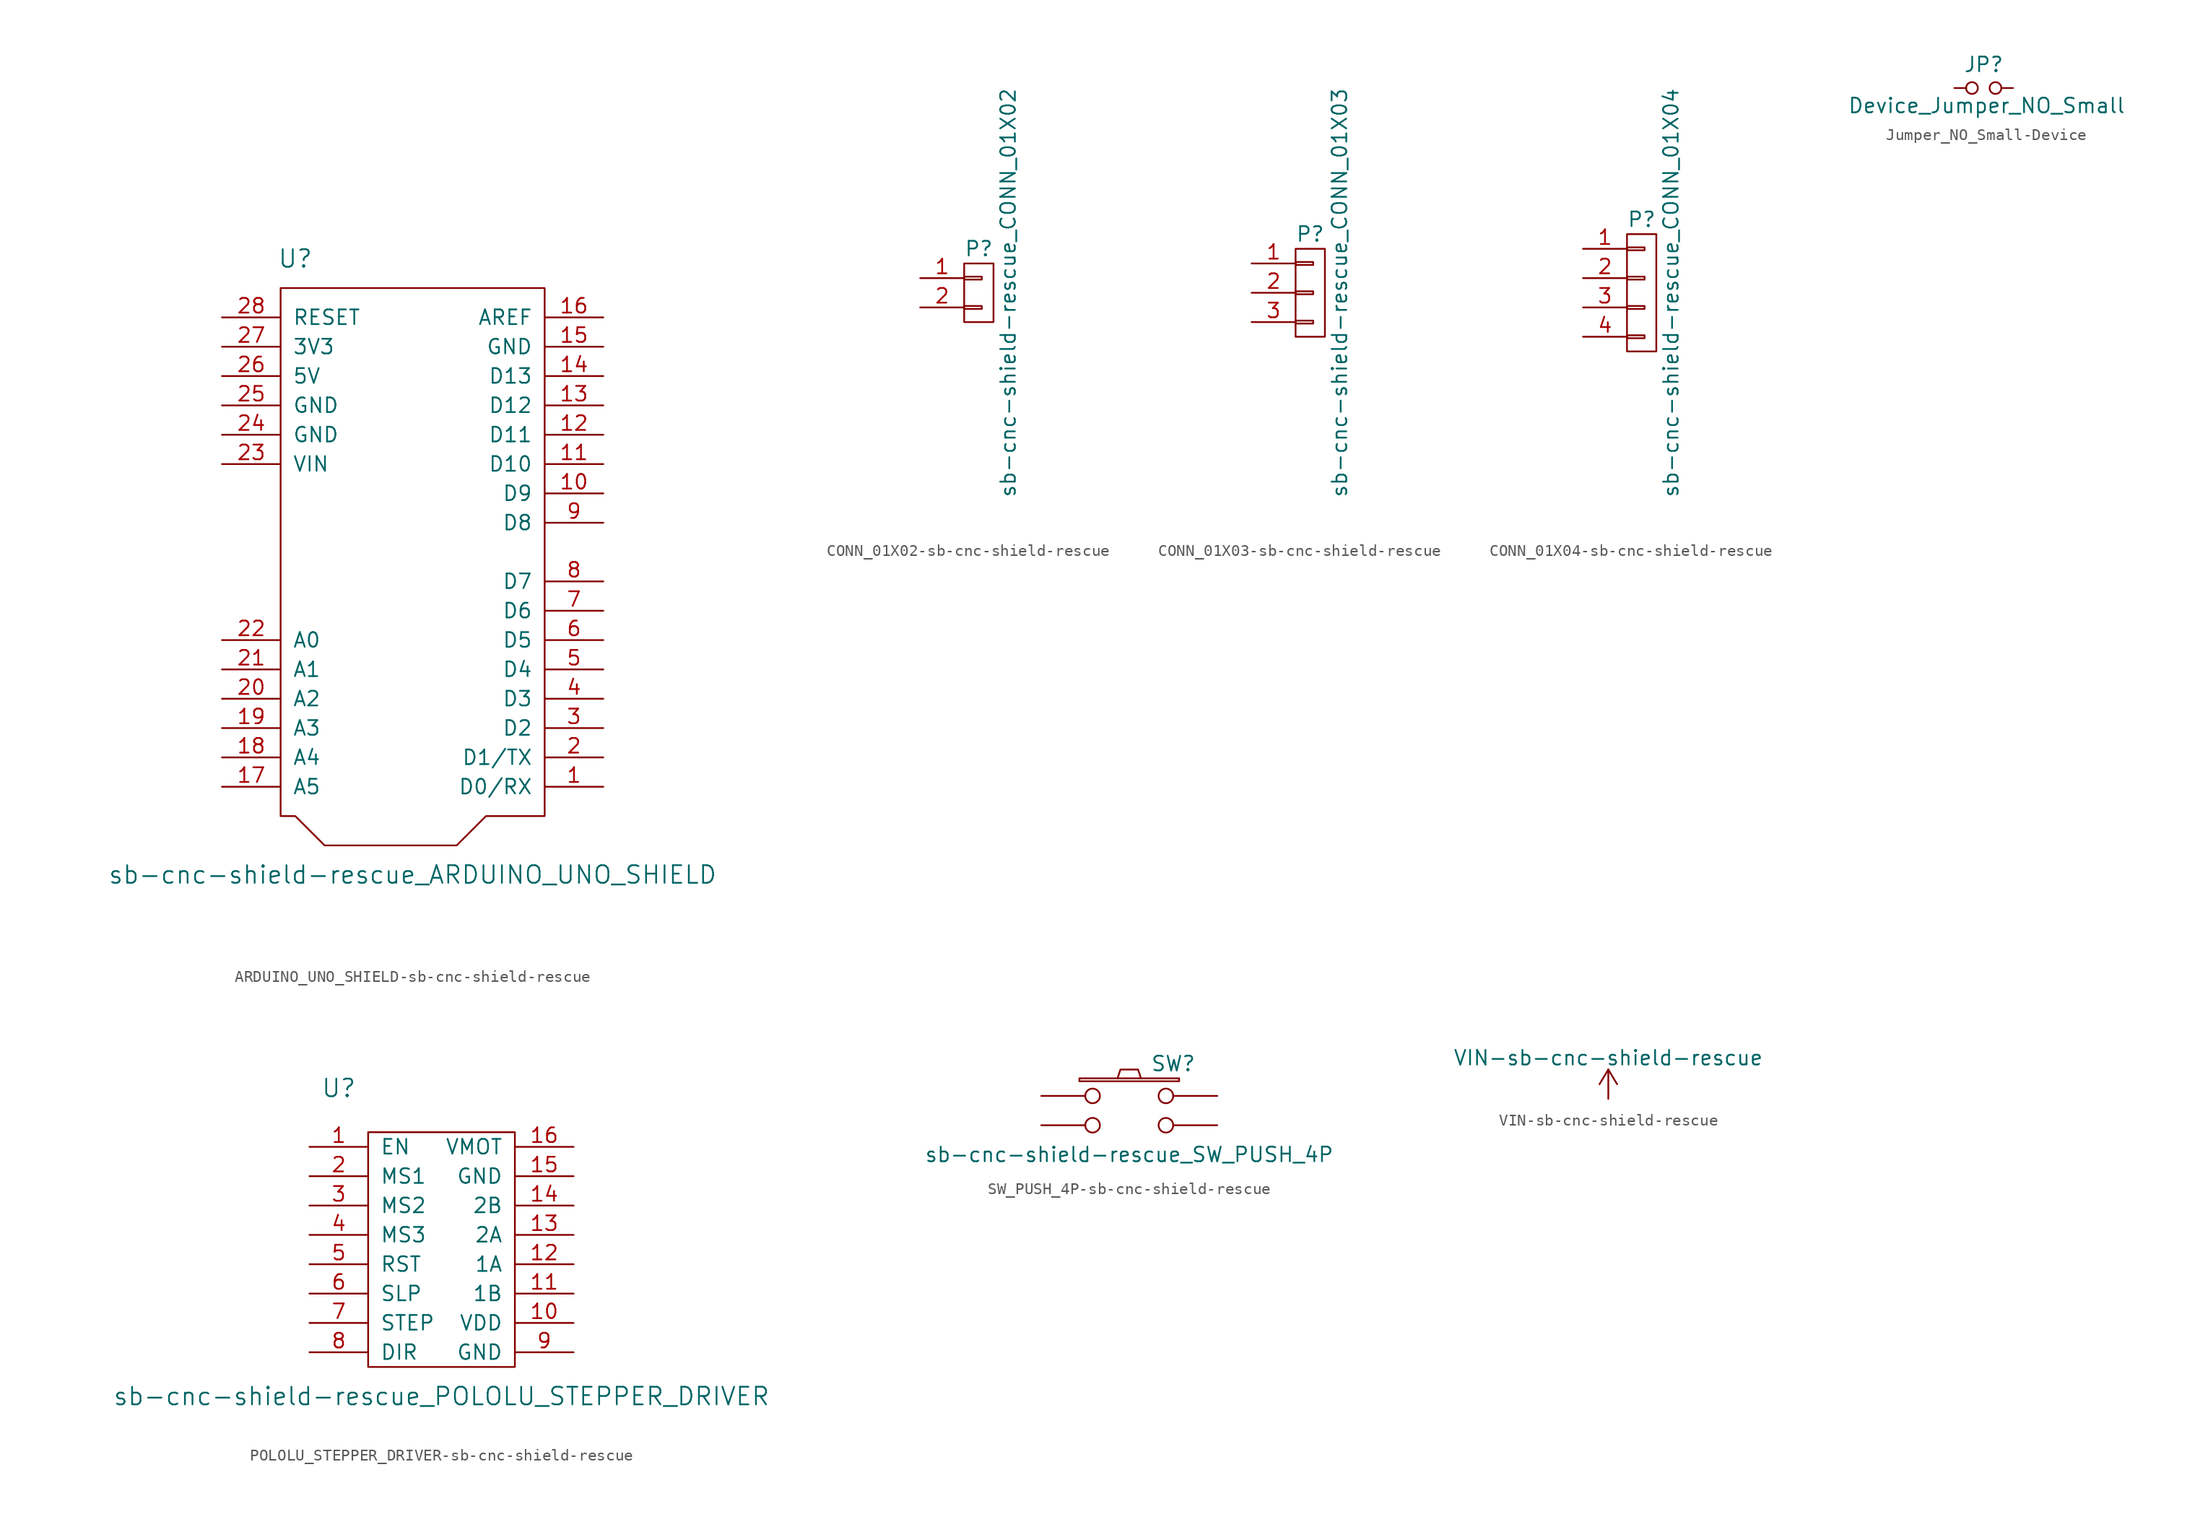
<source format=kicad_sym>
(kicad_symbol_lib
  (version 20220914)
  (generator kicad_symbol_editor)
  (symbol "ARDUINO_UNO_SHIELD-sb-cnc-shield-rescue"
    (pin_names
      (offset 1.016))
    (property "Reference" "U"
      (at -10.16 25.4 0)
      (effects (font (size 1.524 1.524))))
    (property "Value" "sb-cnc-shield-rescue_ARDUINO_UNO_SHIELD"
      (at 0 -27.94 0)
      (effects (font (size 1.524 1.524))))
    (property "Footprint" ""
      (at 0 36.83 0)
      (effects (font (size 1.524 1.524))))
    (property "Datasheet" ""
      (at 0 36.83 0)
      (effects (font (size 1.524 1.524))))
    (symbol "ARDUINO_UNO_SHIELD-sb-cnc-shield-rescue_0_1"
      (polyline (pts (xy -11.43 -22.86) (xy -10.16 -22.86) (xy -7.62 -25.4) (xy 3.81 -25.4) (xy 6.35 -22.86) (xy 11.43 -22.86) (xy 11.43 22.86) (xy -11.43 22.86) (xy -11.43 -22.86)) (stroke (width 0) (type solid)) (fill (type none))))
    (symbol "ARDUINO_UNO_SHIELD-sb-cnc-shield-rescue_1_1"
      (pin passive line (at 16.51 -20.32 180) (length 5.08) (name "D0/RX" (effects (font (size 1.27 1.27)))) (number "1" (effects (font (size 1.27 1.27)))))
      (pin passive line (at 16.51 5.08 180) (length 5.08) (name "D9" (effects (font (size 1.27 1.27)))) (number "10" (effects (font (size 1.27 1.27)))))
      (pin passive line (at 16.51 7.62 180) (length 5.08) (name "D10" (effects (font (size 1.27 1.27)))) (number "11" (effects (font (size 1.27 1.27)))))
      (pin passive line (at 16.51 10.16 180) (length 5.08) (name "D11" (effects (font (size 1.27 1.27)))) (number "12" (effects (font (size 1.27 1.27)))))
      (pin passive line (at 16.51 12.7 180) (length 5.08) (name "D12" (effects (font (size 1.27 1.27)))) (number "13" (effects (font (size 1.27 1.27)))))
      (pin passive line (at 16.51 15.24 180) (length 5.08) (name "D13" (effects (font (size 1.27 1.27)))) (number "14" (effects (font (size 1.27 1.27)))))
      (pin passive line (at 16.51 17.78 180) (length 5.08) (name "GND" (effects (font (size 1.27 1.27)))) (number "15" (effects (font (size 1.27 1.27)))))
      (pin passive line (at 16.51 20.32 180) (length 5.08) (name "AREF" (effects (font (size 1.27 1.27)))) (number "16" (effects (font (size 1.27 1.27)))))
      (pin passive line (at -16.51 -20.32 0) (length 5.08) (name "A5" (effects (font (size 1.27 1.27)))) (number "17" (effects (font (size 1.27 1.27)))))
      (pin passive line (at -16.51 -17.78 0) (length 5.08) (name "A4" (effects (font (size 1.27 1.27)))) (number "18" (effects (font (size 1.27 1.27)))))
      (pin passive line (at -16.51 -15.24 0) (length 5.08) (name "A3" (effects (font (size 1.27 1.27)))) (number "19" (effects (font (size 1.27 1.27)))))
      (pin passive line (at 16.51 -17.78 180) (length 5.08) (name "D1/TX" (effects (font (size 1.27 1.27)))) (number "2" (effects (font (size 1.27 1.27)))))
      (pin passive line (at -16.51 -12.7 0) (length 5.08) (name "A2" (effects (font (size 1.27 1.27)))) (number "20" (effects (font (size 1.27 1.27)))))
      (pin passive line (at -16.51 -10.16 0) (length 5.08) (name "A1" (effects (font (size 1.27 1.27)))) (number "21" (effects (font (size 1.27 1.27)))))
      (pin passive line (at -16.51 -7.62 0) (length 5.08) (name "A0" (effects (font (size 1.27 1.27)))) (number "22" (effects (font (size 1.27 1.27)))))
      (pin passive line (at -16.51 7.62 0) (length 5.08) (name "VIN" (effects (font (size 1.27 1.27)))) (number "23" (effects (font (size 1.27 1.27)))))
      (pin passive line (at -16.51 10.16 0) (length 5.08) (name "GND" (effects (font (size 1.27 1.27)))) (number "24" (effects (font (size 1.27 1.27)))))
      (pin passive line (at -16.51 12.7 0) (length 5.08) (name "GND" (effects (font (size 1.27 1.27)))) (number "25" (effects (font (size 1.27 1.27)))))
      (pin passive line (at -16.51 15.24 0) (length 5.08) (name "5V" (effects (font (size 1.27 1.27)))) (number "26" (effects (font (size 1.27 1.27)))))
      (pin passive line (at -16.51 17.78 0) (length 5.08) (name "3V3" (effects (font (size 1.27 1.27)))) (number "27" (effects (font (size 1.27 1.27)))))
      (pin passive line (at -16.51 20.32 0) (length 5.08) (name "RESET" (effects (font (size 1.27 1.27)))) (number "28" (effects (font (size 1.27 1.27)))))
      (pin passive line (at 16.51 -15.24 180) (length 5.08) (name "D2" (effects (font (size 1.27 1.27)))) (number "3" (effects (font (size 1.27 1.27)))))
      (pin passive line (at 16.51 -12.7 180) (length 5.08) (name "D3" (effects (font (size 1.27 1.27)))) (number "4" (effects (font (size 1.27 1.27)))))
      (pin passive line (at 16.51 -10.16 180) (length 5.08) (name "D4" (effects (font (size 1.27 1.27)))) (number "5" (effects (font (size 1.27 1.27)))))
      (pin passive line (at 16.51 -7.62 180) (length 5.08) (name "D5" (effects (font (size 1.27 1.27)))) (number "6" (effects (font (size 1.27 1.27)))))
      (pin passive line (at 16.51 -5.08 180) (length 5.08) (name "D6" (effects (font (size 1.27 1.27)))) (number "7" (effects (font (size 1.27 1.27)))))
      (pin passive line (at 16.51 -2.54 180) (length 5.08) (name "D7" (effects (font (size 1.27 1.27)))) (number "8" (effects (font (size 1.27 1.27)))))
      (pin passive line (at 16.51 2.54 180) (length 5.08) (name "D8" (effects (font (size 1.27 1.27)))) (number "9" (effects (font (size 1.27 1.27)))))))
  (symbol "CONN_01X02-sb-cnc-shield-rescue"
    (pin_names
      (offset 1.016) hide)
    (property "Reference" "P"
      (at 0 3.81 0)
      (effects (font (size 1.27 1.27))))
    (property "Value" "sb-cnc-shield-rescue_CONN_01X02"
      (at 2.54 0 90)
      (effects (font (size 1.27 1.27))))
    (property "Footprint" ""
      (at 0 0 0)
      (effects (font (size 1.27 1.27))))
    (property "Datasheet" ""
      (at 0 0 0)
      (effects (font (size 1.27 1.27))))
    (symbol "CONN_01X02-sb-cnc-shield-rescue_0_1"
      (rectangle (start -1.27 -1.143) (end 0.254 -1.397) (stroke (width 0) (type solid)) (fill (type none)))
      (rectangle (start -1.27 1.397) (end 0.254 1.143) (stroke (width 0) (type solid)) (fill (type none)))
      (rectangle (start -1.27 2.54) (end 1.27 -2.54) (stroke (width 0) (type solid)) (fill (type none))))
    (symbol "CONN_01X02-sb-cnc-shield-rescue_1_1"
      (pin passive line (at -5.08 1.27 0) (length 3.81) (name "P1" (effects (font (size 1.27 1.27)))) (number "1" (effects (font (size 1.27 1.27)))))
      (pin passive line (at -5.08 -1.27 0) (length 3.81) (name "P2" (effects (font (size 1.27 1.27)))) (number "2" (effects (font (size 1.27 1.27)))))))
  (symbol "CONN_01X03-sb-cnc-shield-rescue"
    (pin_names
      (offset 1.016) hide)
    (property "Reference" "P"
      (at 0 5.08 0)
      (effects (font (size 1.27 1.27))))
    (property "Value" "sb-cnc-shield-rescue_CONN_01X03"
      (at 2.54 0 90)
      (effects (font (size 1.27 1.27))))
    (property "Footprint" ""
      (at 0 0 0)
      (effects (font (size 1.27 1.27))))
    (property "Datasheet" ""
      (at 0 0 0)
      (effects (font (size 1.27 1.27))))
    (symbol "CONN_01X03-sb-cnc-shield-rescue_0_1"
      (rectangle (start -1.27 -2.413) (end 0.254 -2.667) (stroke (width 0) (type solid)) (fill (type none)))
      (rectangle (start -1.27 0.127) (end 0.254 -0.127) (stroke (width 0) (type solid)) (fill (type none)))
      (rectangle (start -1.27 2.667) (end 0.254 2.413) (stroke (width 0) (type solid)) (fill (type none)))
      (rectangle (start -1.27 3.81) (end 1.27 -3.81) (stroke (width 0) (type solid)) (fill (type none))))
    (symbol "CONN_01X03-sb-cnc-shield-rescue_1_1"
      (pin passive line (at -5.08 2.54 0) (length 3.81) (name "P1" (effects (font (size 1.27 1.27)))) (number "1" (effects (font (size 1.27 1.27)))))
      (pin passive line (at -5.08 0 0) (length 3.81) (name "P2" (effects (font (size 1.27 1.27)))) (number "2" (effects (font (size 1.27 1.27)))))
      (pin passive line (at -5.08 -2.54 0) (length 3.81) (name "P3" (effects (font (size 1.27 1.27)))) (number "3" (effects (font (size 1.27 1.27)))))))
  (symbol "CONN_01X04-sb-cnc-shield-rescue"
    (pin_names
      (offset 1.016) hide)
    (property "Reference" "P"
      (at 0 6.35 0)
      (effects (font (size 1.27 1.27))))
    (property "Value" "sb-cnc-shield-rescue_CONN_01X04"
      (at 2.54 0 90)
      (effects (font (size 1.27 1.27))))
    (property "Footprint" ""
      (at 0 0 0)
      (effects (font (size 1.27 1.27))))
    (property "Datasheet" ""
      (at 0 0 0)
      (effects (font (size 1.27 1.27))))
    (symbol "CONN_01X04-sb-cnc-shield-rescue_0_1"
      (rectangle (start -1.27 -3.683) (end 0.254 -3.937) (stroke (width 0) (type solid)) (fill (type none)))
      (rectangle (start -1.27 -1.143) (end 0.254 -1.397) (stroke (width 0) (type solid)) (fill (type none)))
      (rectangle (start -1.27 1.397) (end 0.254 1.143) (stroke (width 0) (type solid)) (fill (type none)))
      (rectangle (start -1.27 3.937) (end 0.254 3.683) (stroke (width 0) (type solid)) (fill (type none)))
      (rectangle (start -1.27 5.08) (end 1.27 -5.08) (stroke (width 0) (type solid)) (fill (type none))))
    (symbol "CONN_01X04-sb-cnc-shield-rescue_1_1"
      (pin passive line (at -5.08 3.81 0) (length 3.81) (name "P1" (effects (font (size 1.27 1.27)))) (number "1" (effects (font (size 1.27 1.27)))))
      (pin passive line (at -5.08 1.27 0) (length 3.81) (name "P2" (effects (font (size 1.27 1.27)))) (number "2" (effects (font (size 1.27 1.27)))))
      (pin passive line (at -5.08 -1.27 0) (length 3.81) (name "P3" (effects (font (size 1.27 1.27)))) (number "3" (effects (font (size 1.27 1.27)))))
      (pin passive line (at -5.08 -3.81 0) (length 3.81) (name "P4" (effects (font (size 1.27 1.27)))) (number "4" (effects (font (size 1.27 1.27)))))))
  (symbol "Jumper_NO_Small-Device"
    (pin_numbers hide)
    (pin_names
      (offset 0.762) hide)
    (property "Reference" "JP"
      (at 0 2.032 0)
      (effects (font (size 1.27 1.27))))
    (property "Value" "Device_Jumper_NO_Small"
      (at 0.254 -1.524 0)
      (effects (font (size 1.27 1.27))))
    (symbol "Jumper_NO_Small-Device_0_1"
      (circle (center -1.016 0) (radius 0.508) (stroke (width 0) (type solid)) (fill (type none)))
      (circle (center 1.016 0) (radius 0.508) (stroke (width 0) (type solid)) (fill (type none)))
      (pin passive line (at -2.54 0 0) (length 1.016) (name "1" (effects (font (size 1.27 1.27)))) (number "1" (effects (font (size 1.27 1.27)))))
      (pin passive line (at 2.54 0 180) (length 1.016) (name "2" (effects (font (size 1.27 1.27)))) (number "2" (effects (font (size 1.27 1.27)))))))
  (symbol "POLOLU_STEPPER_DRIVER-sb-cnc-shield-rescue"
    (pin_names
      (offset 1.016))
    (property "Reference" "U"
      (at -8.89 15.24 0)
      (effects (font (size 1.524 1.524))))
    (property "Value" "sb-cnc-shield-rescue_POLOLU_STEPPER_DRIVER"
      (at 0 -11.43 0)
      (effects (font (size 1.524 1.524))))
    (property "Footprint" ""
      (at 0 0 0)
      (effects (font (size 1.524 1.524))))
    (property "Datasheet" ""
      (at 0 0 0)
      (effects (font (size 1.524 1.524))))
    (symbol "POLOLU_STEPPER_DRIVER-sb-cnc-shield-rescue_0_1"
      (rectangle (start -6.35 -8.89) (end 6.35 11.43) (stroke (width 0) (type solid)) (fill (type none))))
    (symbol "POLOLU_STEPPER_DRIVER-sb-cnc-shield-rescue_1_1"
      (pin input line (at -11.43 10.16 0) (length 5.08) (name "EN" (effects (font (size 1.27 1.27)))) (number "1" (effects (font (size 1.27 1.27)))))
      (pin input line (at 11.43 -5.08 180) (length 5.08) (name "VDD" (effects (font (size 1.27 1.27)))) (number "10" (effects (font (size 1.27 1.27)))))
      (pin input line (at 11.43 -2.54 180) (length 5.08) (name "1B" (effects (font (size 1.27 1.27)))) (number "11" (effects (font (size 1.27 1.27)))))
      (pin input line (at 11.43 0 180) (length 5.08) (name "1A" (effects (font (size 1.27 1.27)))) (number "12" (effects (font (size 1.27 1.27)))))
      (pin input line (at 11.43 2.54 180) (length 5.08) (name "2A" (effects (font (size 1.27 1.27)))) (number "13" (effects (font (size 1.27 1.27)))))
      (pin input line (at 11.43 5.08 180) (length 5.08) (name "2B" (effects (font (size 1.27 1.27)))) (number "14" (effects (font (size 1.27 1.27)))))
      (pin input line (at 11.43 7.62 180) (length 5.08) (name "GND" (effects (font (size 1.27 1.27)))) (number "15" (effects (font (size 1.27 1.27)))))
      (pin input line (at 11.43 10.16 180) (length 5.08) (name "VMOT" (effects (font (size 1.27 1.27)))) (number "16" (effects (font (size 1.27 1.27)))))
      (pin input line (at -11.43 7.62 0) (length 5.08) (name "MS1" (effects (font (size 1.27 1.27)))) (number "2" (effects (font (size 1.27 1.27)))))
      (pin input line (at -11.43 5.08 0) (length 5.08) (name "MS2" (effects (font (size 1.27 1.27)))) (number "3" (effects (font (size 1.27 1.27)))))
      (pin input line (at -11.43 2.54 0) (length 5.08) (name "MS3" (effects (font (size 1.27 1.27)))) (number "4" (effects (font (size 1.27 1.27)))))
      (pin input line (at -11.43 0 0) (length 5.08) (name "RST" (effects (font (size 1.27 1.27)))) (number "5" (effects (font (size 1.27 1.27)))))
      (pin input line (at -11.43 -2.54 0) (length 5.08) (name "SLP" (effects (font (size 1.27 1.27)))) (number "6" (effects (font (size 1.27 1.27)))))
      (pin input line (at -11.43 -5.08 0) (length 5.08) (name "STEP" (effects (font (size 1.27 1.27)))) (number "7" (effects (font (size 1.27 1.27)))))
      (pin input line (at -11.43 -7.62 0) (length 5.08) (name "DIR" (effects (font (size 1.27 1.27)))) (number "8" (effects (font (size 1.27 1.27)))))
      (pin input line (at 11.43 -7.62 180) (length 5.08) (name "GND" (effects (font (size 1.27 1.27)))) (number "9" (effects (font (size 1.27 1.27)))))))
  (symbol "SW_PUSH_4P-sb-cnc-shield-rescue"
    (pin_numbers hide)
    (pin_names
      (offset 1.016) hide)
    (property "Reference" "SW"
      (at 3.81 2.794 0)
      (effects (font (size 1.27 1.27))))
    (property "Value" "sb-cnc-shield-rescue_SW_PUSH_4P"
      (at 0 -5.08 0)
      (effects (font (size 1.27 1.27))))
    (property "Footprint" ""
      (at 0 0 0)
      (effects (font (size 1.524 1.524))))
    (property "Datasheet" ""
      (at 0 0 0)
      (effects (font (size 1.524 1.524))))
    (symbol "SW_PUSH_4P-sb-cnc-shield-rescue_0_1"
      (rectangle (start -4.318 1.27) (end 4.318 1.524) (stroke (width 0) (type solid)) (fill (type none)))
      (polyline (pts (xy -1.016 1.524) (xy -0.762 2.286) (xy 0.762 2.286) (xy 1.016 1.524)) (stroke (width 0) (type solid)) (fill (type none)))
      (pin passive inverted (at -7.62 0 0) (length 5.08) (name "1" (effects (font (size 1.524 1.524)))) (number "1" (effects (font (size 1.524 1.524)))))
      (pin passive inverted (at 7.62 0 180) (length 5.08) (name "3" (effects (font (size 1.524 1.524)))) (number "3" (effects (font (size 1.524 1.524)))))
      (pin passive inverted (at 7.62 -2.54 180) (length 5.08) (name "4" (effects (font (size 1.524 1.524)))) (number "4" (effects (font (size 1.524 1.524))))))
    (symbol "SW_PUSH_4P-sb-cnc-shield-rescue_1_1"
      (pin passive inverted (at -7.62 -2.54 0) (length 5.08) (name "2" (effects (font (size 1.524 1.524)))) (number "2" (effects (font (size 1.524 1.524)))))))
  (symbol "VIN-sb-cnc-shield-rescue"
    (power)
    (pin_names
      (offset 0))
    (property "Reference" "#PWR"
      (at 0 -3.81 0)
      (effects (font (size 1.27 1.27)) hide))
    (property "Value" "VIN-sb-cnc-shield-rescue"
      (at 0 3.556 0)
      (effects (font (size 1.27 1.27))))
    (property "Footprint" ""
      (at 0 0 0)
      (effects (font (size 1.524 1.524))))
    (property "Datasheet" ""
      (at 0 0 0)
      (effects (font (size 1.524 1.524))))
    (symbol "VIN-sb-cnc-shield-rescue_0_1"
      (polyline (pts (xy -0.762 1.27) (xy 0 2.54)) (stroke (width 0) (type solid)) (fill (type none)))
      (polyline (pts (xy 0 0) (xy 0 2.54)) (stroke (width 0) (type solid)) (fill (type none)))
      (polyline (pts (xy 0 2.54) (xy 0.762 1.27)) (stroke (width 0) (type solid)) (fill (type none))))
    (symbol "VIN-sb-cnc-shield-rescue_1_1"
      (pin power_in line (at 0 0 90) (length 0) hide (name "VIN" (effects (font (size 1.27 1.27)))) (number "1" (effects (font (size 1.27 1.27))))))))
</source>
